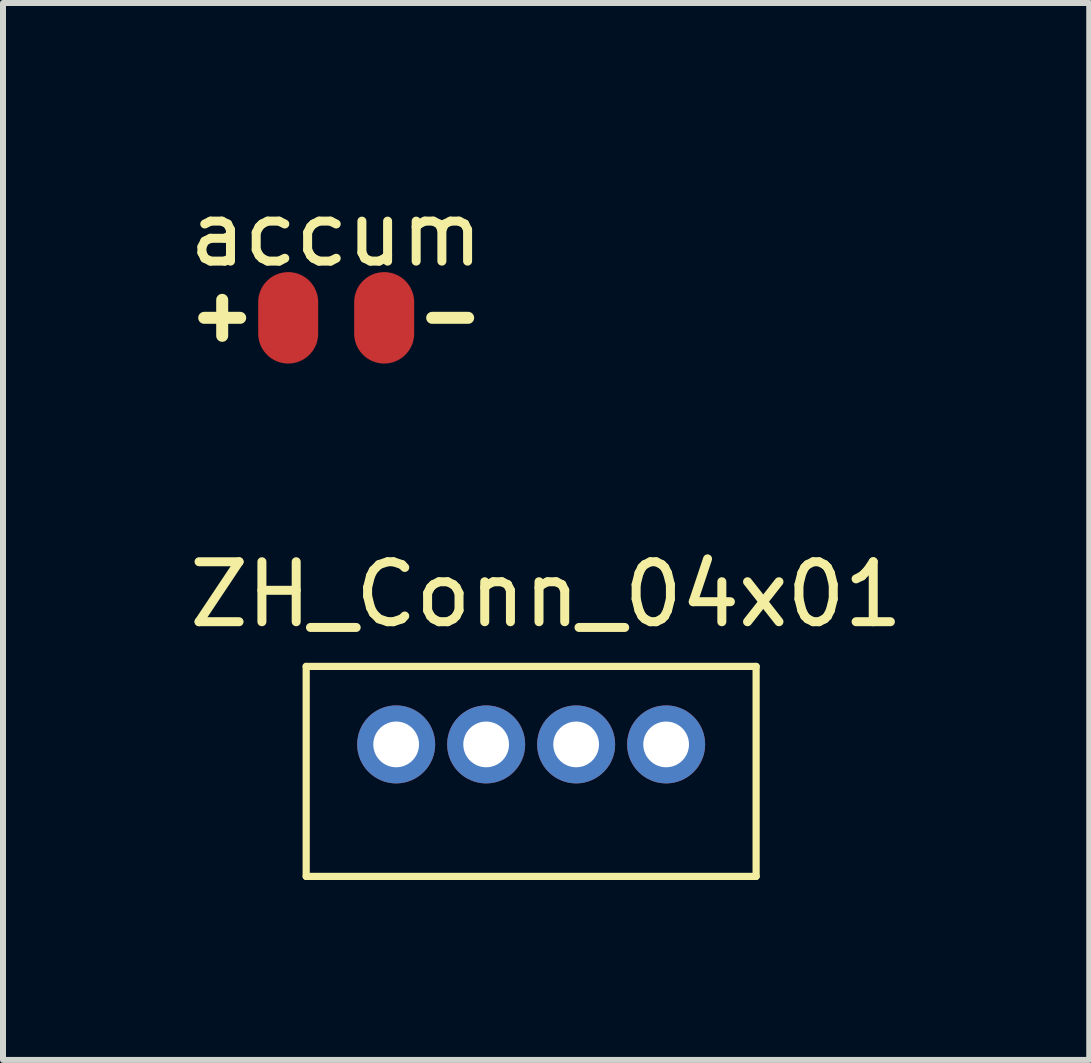
<source format=kicad_pcb>
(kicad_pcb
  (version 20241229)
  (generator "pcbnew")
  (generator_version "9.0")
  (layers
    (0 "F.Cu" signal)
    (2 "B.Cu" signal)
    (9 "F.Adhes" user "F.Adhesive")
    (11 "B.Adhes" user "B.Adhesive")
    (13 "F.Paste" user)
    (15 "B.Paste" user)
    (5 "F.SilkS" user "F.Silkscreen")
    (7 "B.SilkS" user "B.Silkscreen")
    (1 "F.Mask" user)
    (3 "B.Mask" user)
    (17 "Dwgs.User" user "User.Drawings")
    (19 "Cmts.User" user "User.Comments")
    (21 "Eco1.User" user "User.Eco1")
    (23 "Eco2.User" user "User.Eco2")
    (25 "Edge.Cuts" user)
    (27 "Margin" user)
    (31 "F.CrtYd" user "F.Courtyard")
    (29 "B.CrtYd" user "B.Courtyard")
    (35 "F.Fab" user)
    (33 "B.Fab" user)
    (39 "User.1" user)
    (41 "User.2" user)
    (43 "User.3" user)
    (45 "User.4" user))
  (footprint "accum"
    (layer "F.Cu")
    (at 2.554 0.348)
    (property "Reference" "accum" (at 0 0.5 0) (layer "F.SilkS") (effects (font (size 1 1) (thickness 0.15))))
    (attr through_hole)
    (fp_line (start -1.9 1.6) (end -1.9 2.2) (stroke (width 0.2) (type solid)) (layer "F.SilkS"))
    (fp_line (start -1.6 1.9) (end -2.2 1.9) (stroke (width 0.2) (type solid)) (layer "F.SilkS"))
    (fp_line (start 2.2 1.9) (end 1.6 1.9) (stroke (width 0.2) (type solid)) (layer "F.SilkS"))
    (pad "1" smd oval (at -0.8 1.9) (size 1 1.524) (layers "F.Cu" "F.Mask" "F.Paste"))
    (pad "2" smd oval (at 0.8 1.9) (size 1 1.524) (layers "F.Cu" "F.Mask" "F.Paste")))
  (footprint "ZH_Conn_04x01"
    (layer "F.Cu")
    (at 7.054 6.359)
    (property "Reference" "ZH_Conn_04x01" (at -1 0.5 0) (layer "F.SilkS") (effects (font (size 1 1) (thickness 0.15))))
    (attr through_hole)
    (fp_line (start -5 1.7) (end 2.5 1.7) (stroke (width 0.12) (type solid)) (layer "F.SilkS"))
    (fp_line (start -5 5.2) (end -5 1.7) (stroke (width 0.12) (type solid)) (layer "F.SilkS"))
    (fp_line (start 2.5 1.7) (end 2.5 5.2) (stroke (width 0.12) (type solid)) (layer "F.SilkS"))
    (fp_line (start 2.5 5.2) (end -5 5.2) (stroke (width 0.12) (type solid)) (layer "F.SilkS"))
    (pad "1" thru_hole circle (at -3.5 3) (size 1.3 1.3) (drill 0.762) (layers "*.Cu" "*.Mask"))
    (pad "2" thru_hole circle (at -2 3) (size 1.3 1.3) (drill 0.762) (layers "*.Cu" "*.Mask"))
    (pad "3" thru_hole circle (at -0.5 3) (size 1.3 1.3) (drill 0.762) (layers "*.Cu" "*.Mask"))
    (pad "4" thru_hole circle (at 1 3) (size 1.3 1.3) (drill 0.762) (layers "*.Cu" "*.Mask")))
  (gr_rect
    (start -3 -3)
    (end 15.107 14.618)
    (stroke (width 0.1) (type default))
    (fill no)
    (layer "Edge.Cuts")))
</source>
